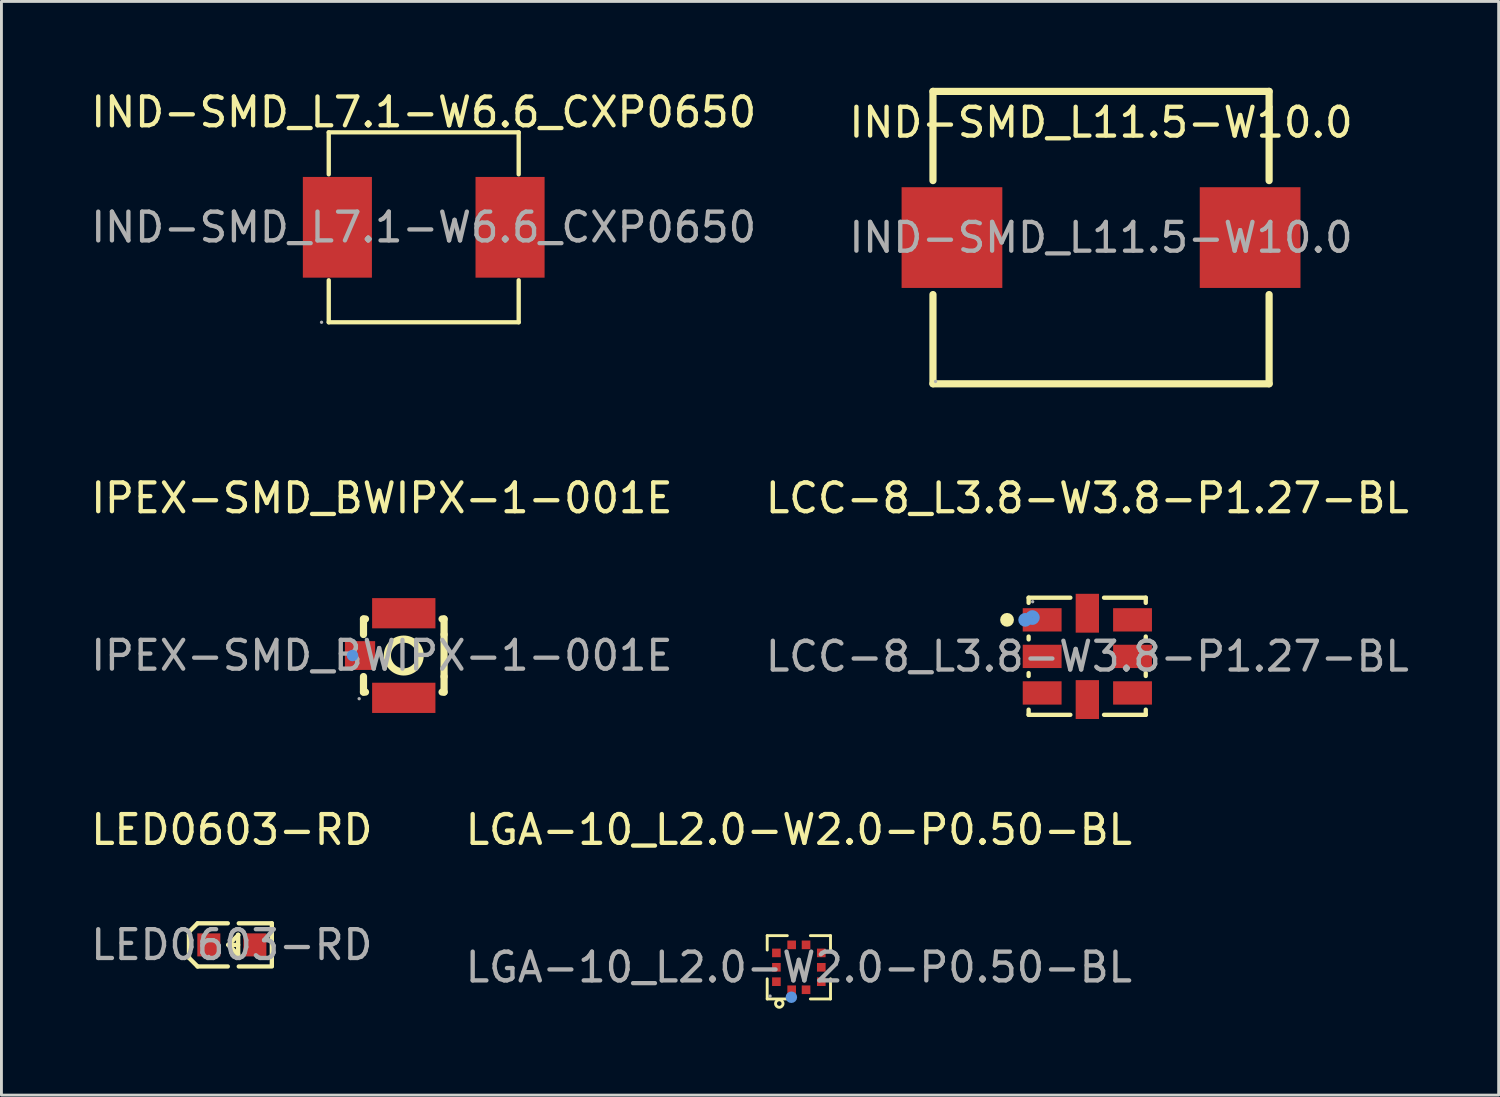
<source format=kicad_pcb>
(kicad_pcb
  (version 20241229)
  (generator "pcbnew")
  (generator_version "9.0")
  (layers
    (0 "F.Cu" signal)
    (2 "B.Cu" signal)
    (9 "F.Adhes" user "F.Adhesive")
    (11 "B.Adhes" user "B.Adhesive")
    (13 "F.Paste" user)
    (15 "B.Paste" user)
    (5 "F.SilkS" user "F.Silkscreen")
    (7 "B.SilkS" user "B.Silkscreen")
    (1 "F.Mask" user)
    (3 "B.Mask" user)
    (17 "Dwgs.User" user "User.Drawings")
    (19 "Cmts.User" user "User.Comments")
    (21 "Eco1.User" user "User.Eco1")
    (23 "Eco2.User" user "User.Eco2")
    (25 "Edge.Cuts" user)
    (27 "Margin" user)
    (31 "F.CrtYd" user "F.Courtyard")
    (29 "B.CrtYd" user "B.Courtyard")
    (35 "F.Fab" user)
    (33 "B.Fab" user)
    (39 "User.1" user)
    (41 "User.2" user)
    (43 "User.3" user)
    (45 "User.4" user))
  (footprint "LGA-10_L2.0-W2.0-P0.50-BL"
    (layer "F.Cu")
    (at 24.708 30.561)
    (property "Reference" "LGA-10_L2.0-W2.0-P0.50-BL" (at 0 -4.78 0) (layer "F.SilkS") (effects (font (size 1 1) (thickness 0.15))))
    (attr smd)
    (fp_line (start -1.1 -1.1) (end -1.1 -0.6) (stroke (width 0.1) (type solid)) (layer "F.SilkS"))
    (fp_line (start -1.1 0.4) (end -1.1 1.1) (stroke (width 0.1) (type solid)) (layer "F.SilkS"))
    (fp_line (start -1.1 1.1) (end -0.4 1.1) (stroke (width 0.1) (type solid)) (layer "F.SilkS"))
    (fp_line (start -0.4 -1.1) (end -1.1 -1.1) (stroke (width 0.1) (type solid)) (layer "F.SilkS"))
    (fp_line (start 0.4 -1.1) (end 1.1 -1.1) (stroke (width 0.1) (type solid)) (layer "F.SilkS"))
    (fp_line (start 0.4 1.1) (end 1.1 1.1) (stroke (width 0.1) (type solid)) (layer "F.SilkS"))
    (fp_line (start 1.1 -1.1) (end 1.1 -0.6) (stroke (width 0.1) (type solid)) (layer "F.SilkS"))
    (fp_line (start 1.1 1.1) (end 1.1 0.4) (stroke (width 0.1) (type solid)) (layer "F.SilkS"))
    (fp_circle (center -0.68 1.26) (end -0.55 1.26) (stroke (width 0.1) (type solid)) (fill no) (layer "F.SilkS"))
    (fp_circle (center -0.26 1.04) (end -0.16 1.04) (stroke (width 0.2) (type solid)) (fill no) (layer "Cmts.User"))
    (fp_circle (center -1 1) (end -0.97 1) (stroke (width 0.06) (type solid)) (fill no) (layer "F.Fab"))
    (fp_text user "${REFERENCE}" (at 0 0 0) (layer "F.Fab") (effects (font (size 1 1) (thickness 0.15))))
    (pad "1" smd rect (at -0.25 0.78 180) (size 0.3 0.3) (layers "F.Cu" "F.Mask" "F.Paste"))
    (pad "2" smd rect (at 0.25 0.78 180) (size 0.3 0.3) (layers "F.Cu" "F.Mask" "F.Paste"))
    (pad "3" smd rect (at 0.78 0.5 180) (size 0.3 0.3) (layers "F.Cu" "F.Mask" "F.Paste"))
    (pad "4" smd rect (at 0.78 0 180) (size 0.3 0.3) (layers "F.Cu" "F.Mask" "F.Paste"))
    (pad "5" smd rect (at 0.78 -0.5 180) (size 0.3 0.3) (layers "F.Cu" "F.Mask" "F.Paste"))
    (pad "6" smd rect (at 0.25 -0.78 180) (size 0.3 0.3) (layers "F.Cu" "F.Mask" "F.Paste"))
    (pad "7" smd rect (at -0.25 -0.78 180) (size 0.3 0.3) (layers "F.Cu" "F.Mask" "F.Paste"))
    (pad "8" smd rect (at -0.78 -0.5 180) (size 0.3 0.3) (layers "F.Cu" "F.Mask" "F.Paste"))
    (pad "9" smd rect (at -0.78 0 180) (size 0.3 0.3) (layers "F.Cu" "F.Mask" "F.Paste"))
    (pad "10" smd rect (at -0.78 0.5 180) (size 0.3 0.3) (layers "F.Cu" "F.Mask" "F.Paste")))
  (footprint "IND-SMD_L11.5-W10.0"
    (layer "F.Cu")
    (at 35.208 5.205)
    (property "Reference" "IND-SMD_L11.5-W10.0" (at 0 -4 0) (layer "F.SilkS") (effects (font (size 1 1) (thickness 0.15))))
    (attr through_hole)
    (fp_line (start -5.84 -5.08) (end -5.84 -1.98) (stroke (width 0.25) (type solid)) (layer "F.SilkS"))
    (fp_line (start -5.84 1.98) (end -5.84 5.08) (stroke (width 0.25) (type solid)) (layer "F.SilkS"))
    (fp_line (start -5.84 5.08) (end 5.84 5.08) (stroke (width 0.25) (type solid)) (layer "F.SilkS"))
    (fp_line (start 5.84 -5.08) (end -5.84 -5.08) (stroke (width 0.25) (type solid)) (layer "F.SilkS"))
    (fp_line (start 5.84 -1.98) (end 5.84 -5.08) (stroke (width 0.25) (type solid)) (layer "F.SilkS"))
    (fp_line (start 5.84 5.08) (end 5.84 1.98) (stroke (width 0.25) (type solid)) (layer "F.SilkS"))
    (fp_circle (center -5.75 5) (end -5.72 5) (stroke (width 0.06) (type solid)) (fill no) (layer "F.Fab"))
    (fp_text user "${REFERENCE}" (at 0 0 0) (layer "F.Fab") (effects (font (size 1 1) (thickness 0.15))))
    (pad "1" smd rect (at -5.18 0) (size 3.5 3.5) (layers "F.Cu" "F.Mask" "F.Paste"))
    (pad "2" smd rect (at 5.18 0) (size 3.5 3.5) (layers "F.Cu" "F.Mask" "F.Paste")))
  (footprint "IPEX-SMD_BWIPX-1-001E"
    (layer "F.Cu")
    (at 10.22 19.728)
    (property "Reference" "IPEX-SMD_BWIPX-1-001E" (at 0 -5.47 0) (layer "F.SilkS") (effects (font (size 1 1) (thickness 0.15))))
    (attr smd)
    (fp_line (start -0.64 -1.27) (end -0.64 -0.73) (stroke (width 0.25) (type solid)) (layer "F.SilkS"))
    (fp_line (start -0.64 0.73) (end -0.64 1.27) (stroke (width 0.25) (type solid)) (layer "F.SilkS"))
    (fp_line (start -0.64 1.27) (end -0.57 1.27) (stroke (width 0.25) (type solid)) (layer "F.SilkS"))
    (fp_line (start -0.57 -1.27) (end -0.64 -1.27) (stroke (width 0.25) (type solid)) (layer "F.SilkS"))
    (fp_line (start 2.09 1.27) (end 2.16 1.27) (stroke (width 0.25) (type solid)) (layer "F.SilkS"))
    (fp_line (start 2.16 -1.27) (end 2.09 -1.27) (stroke (width 0.25) (type solid)) (layer "F.SilkS"))
    (fp_line (start 2.16 -0.73) (end 2.16 -1.27) (stroke (width 0.25) (type solid)) (layer "F.SilkS"))
    (fp_line (start 2.16 -0.73) (end 2.16 0.73) (stroke (width 0.25) (type solid)) (layer "F.SilkS"))
    (fp_line (start 2.16 1.27) (end 2.16 0.73) (stroke (width 0.25) (type solid)) (layer "F.SilkS"))
    (fp_circle (center 0.76 0) (end 1.33 0) (stroke (width 0.25) (type solid)) (fill no) (layer "F.SilkS"))
    (fp_circle (center -1.02 0) (end -0.92 0) (stroke (width 0.2) (type solid)) (fill no) (layer "Cmts.User"))
    (fp_circle (center -0.79 1.5) (end -0.76 1.5) (stroke (width 0.06) (type solid)) (fill no) (layer "F.Fab"))
    (fp_text user "${REFERENCE}" (at 0 0 0) (layer "F.Fab") (effects (font (size 1 1) (thickness 0.15))))
    (pad "1" smd rect (at -0.76 0 180) (size 1.05 1) (layers "F.Cu" "F.Mask" "F.Paste"))
    (pad "2" smd rect (at 0.76 1.47 180) (size 2.2 1.05) (layers "F.Cu" "F.Mask" "F.Paste"))
    (pad "3" smd rect (at 0.76 -1.47 180) (size 2.2 1.05) (layers "F.Cu" "F.Mask" "F.Paste")))
  (footprint "LED0603-RD"
    (layer "F.Cu")
    (at 5.006 29.782)
    (property "Reference" "LED0603-RD" (at 0 -4 0) (layer "F.SilkS") (effects (font (size 1 1) (thickness 0.15))))
    (attr smd)
    (fp_line (start -1.49 -0.45) (end -1.19 -0.75) (stroke (width 0.15) (type solid)) (layer "F.SilkS"))
    (fp_line (start -1.49 -0.35) (end -1.49 -0.45) (stroke (width 0.15) (type solid)) (layer "F.SilkS"))
    (fp_line (start -1.49 -0.35) (end -1.49 0.35) (stroke (width 0.15) (type solid)) (layer "F.SilkS"))
    (fp_line (start -1.49 0.35) (end -1.49 0.45) (stroke (width 0.15) (type solid)) (layer "F.SilkS"))
    (fp_line (start -1.49 0.45) (end -1.19 0.75) (stroke (width 0.15) (type solid)) (layer "F.SilkS"))
    (fp_line (start -0.14 -0.75) (end -1.19 -0.75) (stroke (width 0.15) (type solid)) (layer "F.SilkS"))
    (fp_line (start -0.14 0.75) (end -1.19 0.75) (stroke (width 0.15) (type solid)) (layer "F.SilkS"))
    (fp_line (start 0.21 0.33) (end -0.12 0) (stroke (width 0.15) (type solid)) (layer "F.SilkS"))
    (fp_line (start 0.22 -0.35) (end 0.22 -0.34) (stroke (width 0.15) (type solid)) (layer "F.SilkS"))
    (fp_line (start 0.22 -0.35) (end 0.22 0.33) (stroke (width 0.15) (type solid)) (layer "F.SilkS"))
    (fp_line (start 0.22 -0.34) (end -0.12 0) (stroke (width 0.15) (type solid)) (layer "F.SilkS"))
    (fp_line (start 0.22 0) (end -0.12 0) (stroke (width 0.15) (type solid)) (layer "F.SilkS"))
    (fp_line (start 0.22 0.33) (end 0.21 0.33) (stroke (width 0.15) (type solid)) (layer "F.SilkS"))
    (fp_line (start 0.24 -0.75) (end 1.39 -0.75) (stroke (width 0.15) (type solid)) (layer "F.SilkS"))
    (fp_line (start 0.24 0.75) (end 1.39 0.75) (stroke (width 0.15) (type solid)) (layer "F.SilkS"))
    (fp_line (start 1.39 -0.75) (end 1.39 0.73) (stroke (width 0.15) (type solid)) (layer "F.SilkS"))
    (fp_circle (center -0.8 0.4) (end -0.77 0.4) (stroke (width 0.06) (type solid)) (fill no) (layer "F.Fab"))
    (fp_text user "${REFERENCE}" (at 0 0 0) (layer "F.Fab") (effects (font (size 1 1) (thickness 0.15))))
    (pad "1" smd rect (at -0.8 0 90) (size 0.8 0.8) (layers "F.Cu" "F.Mask" "F.Paste"))
    (pad "2" smd rect (at 0.8 0 90) (size 0.8 0.8) (layers "F.Cu" "F.Mask" "F.Paste")))
  (footprint "LCC-8_L3.8-W3.8-P1.27-BL"
    (layer "F.Cu")
    (at 34.732 19.758)
    (property "Reference" "LCC-8_L3.8-W3.8-P1.27-BL" (at 0 -5.5 0) (layer "F.SilkS") (effects (font (size 1 1) (thickness 0.15))))
    (attr smd)
    (fp_line (start -2.04 -2.04) (end -0.59 -2.04) (stroke (width 0.15) (type solid)) (layer "F.SilkS"))
    (fp_line (start -2.04 -1.86) (end -2.04 -2.04) (stroke (width 0.15) (type solid)) (layer "F.SilkS"))
    (fp_line (start -2.04 -0.59) (end -2.04 -0.69) (stroke (width 0.15) (type solid)) (layer "F.SilkS"))
    (fp_line (start -2.04 0.68) (end -2.04 0.58) (stroke (width 0.15) (type solid)) (layer "F.SilkS"))
    (fp_line (start -2.04 2.03) (end -2.04 1.85) (stroke (width 0.15) (type solid)) (layer "F.SilkS"))
    (fp_line (start -0.59 2.03) (end -2.04 2.03) (stroke (width 0.15) (type solid)) (layer "F.SilkS"))
    (fp_line (start 0.58 -2.04) (end 2.03 -2.04) (stroke (width 0.15) (type solid)) (layer "F.SilkS"))
    (fp_line (start 2.03 -2.04) (end 2.03 -1.86) (stroke (width 0.15) (type solid)) (layer "F.SilkS"))
    (fp_line (start 2.03 -0.69) (end 2.03 -0.59) (stroke (width 0.15) (type solid)) (layer "F.SilkS"))
    (fp_line (start 2.03 0.58) (end 2.03 0.68) (stroke (width 0.15) (type solid)) (layer "F.SilkS"))
    (fp_line (start 2.03 1.85) (end 2.03 2.03) (stroke (width 0.15) (type solid)) (layer "F.SilkS"))
    (fp_line (start 2.03 2.03) (end 0.58 2.03) (stroke (width 0.15) (type solid)) (layer "F.SilkS"))
    (fp_circle (center -2.79 -1.27) (end -2.67 -1.27) (stroke (width 0.24) (type solid)) (fill no) (layer "F.SilkS"))
    (fp_circle (center -2.16 -1.27) (end -2.04 -1.27) (stroke (width 0.24) (type solid)) (fill no) (layer "Cmts.User"))
    (fp_circle (center -1.91 -1.35) (end -1.78 -1.35) (stroke (width 0.25) (type solid)) (fill no) (layer "Cmts.User"))
    (fp_circle (center -1.9 -1.9) (end -1.87 -1.9) (stroke (width 0.06) (type solid)) (fill no) (layer "F.Fab"))
    (fp_text user "${REFERENCE}" (at 0 0 0) (layer "F.Fab") (effects (font (size 1 1) (thickness 0.15))))
    (pad "1" smd rect (at -1.57 -1.27) (size 1.35 0.81) (layers "F.Cu" "F.Mask" "F.Paste"))
    (pad "2" smd rect (at -1.57 0) (size 1.35 0.81) (layers "F.Cu" "F.Mask" "F.Paste"))
    (pad "3" smd rect (at -1.57 1.27) (size 1.35 0.81) (layers "F.Cu" "F.Mask" "F.Paste"))
    (pad "4" smd rect (at 0 1.5 270) (size 1.35 0.81) (layers "F.Cu" "F.Mask" "F.Paste"))
    (pad "5" smd rect (at 1.57 1.27 270) (size 0.81 1.35) (layers "F.Cu" "F.Mask" "F.Paste"))
    (pad "6" smd rect (at 1.57 0 270) (size 0.81 1.35) (layers "F.Cu" "F.Mask" "F.Paste"))
    (pad "7" smd rect (at 1.57 -1.27 270) (size 0.81 1.35) (layers "F.Cu" "F.Mask" "F.Paste"))
    (pad "8" smd rect (at 0 -1.5 270) (size 1.35 0.81) (layers "F.Cu" "F.Mask" "F.Paste")))
  (footprint "IND-SMD_L7.1-W6.6_CXP0650"
    (layer "F.Cu")
    (at 11.673 4.848)
    (property "Reference" "IND-SMD_L7.1-W6.6_CXP0650" (at 0 -4 0) (layer "F.SilkS") (effects (font (size 1 1) (thickness 0.15))))
    (attr through_hole)
    (fp_line (start -3.3 -3.3) (end -3.3 -1.84) (stroke (width 0.15) (type solid)) (layer "F.SilkS"))
    (fp_line (start -3.3 1.84) (end -3.3 3.3) (stroke (width 0.15) (type solid)) (layer "F.SilkS"))
    (fp_line (start -3.3 3.3) (end 3.3 3.3) (stroke (width 0.15) (type solid)) (layer "F.SilkS"))
    (fp_line (start 3.3 -3.3) (end -3.3 -3.3) (stroke (width 0.15) (type solid)) (layer "F.SilkS"))
    (fp_line (start 3.3 -1.84) (end 3.3 -3.3) (stroke (width 0.15) (type solid)) (layer "F.SilkS"))
    (fp_line (start 3.3 3.3) (end 3.3 1.84) (stroke (width 0.15) (type solid)) (layer "F.SilkS"))
    (fp_circle (center -3.55 3.3) (end -3.52 3.3) (stroke (width 0.06) (type solid)) (fill no) (layer "F.Fab"))
    (fp_text user "${REFERENCE}" (at 0 0 0) (layer "F.Fab") (effects (font (size 1 1) (thickness 0.15))))
    (pad "1" smd rect (at -3 0) (size 2.4 3.5) (layers "F.Cu" "F.Mask" "F.Paste"))
    (pad "2" smd rect (at 3 0) (size 2.4 3.5) (layers "F.Cu" "F.Mask" "F.Paste")))
  (gr_rect
    (start -3 -3)
    (end 49.024 35.002)
    (stroke (width 0.1) (type default))
    (fill no)
    (layer "Edge.Cuts")))
</source>
